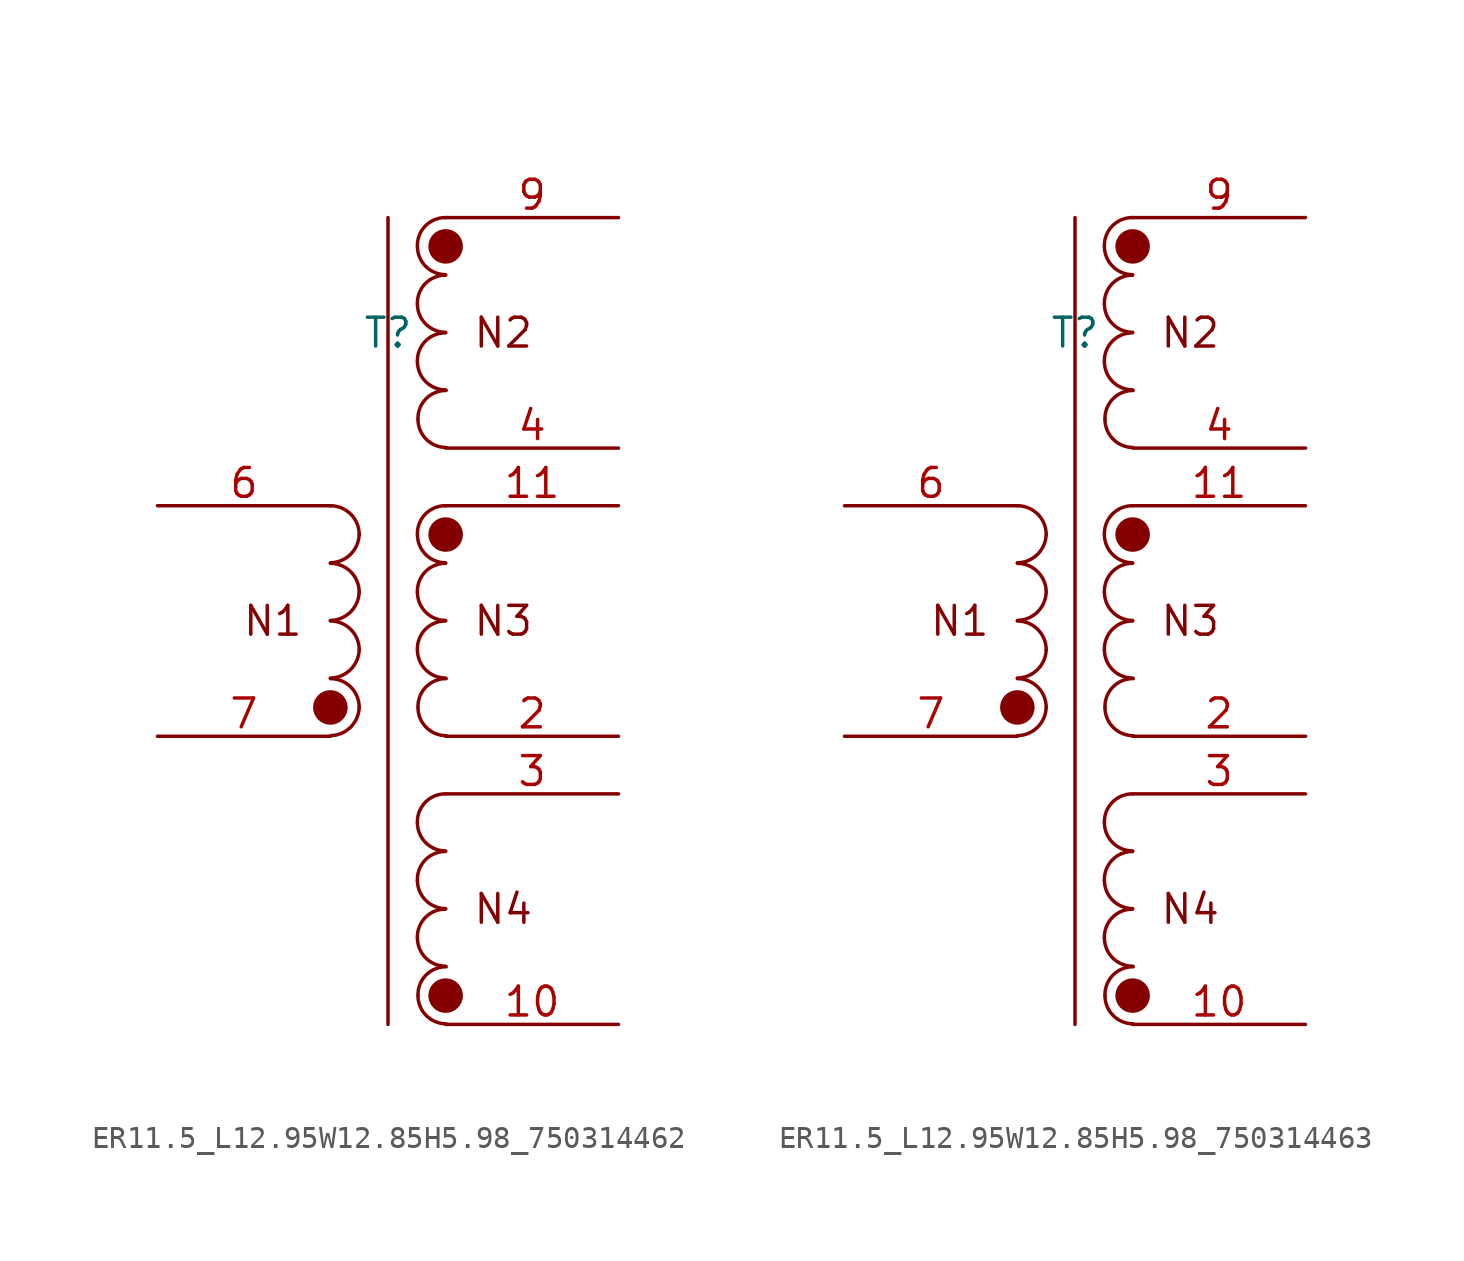
<source format=kicad_sym>
(kicad_symbol_lib
  (version 20220914)
  (generator kicad_symbol_editor)
  (symbol "ER11.5_L12.95W12.85H5.98_750314462"
    (pin_names hide)
    (property "Reference" "T"
      (at 0 12.7 0)
      (effects (font (size 1.27 1.27))))
    (symbol "ER11.5_L12.95W12.85H5.98_750314462_0_1"
      (arc (start -2.54 -5.0546) (mid -1.6561 -4.6863) (end -1.27 -3.81) (stroke (width 0) (type default)) (fill (type none)))
      (arc (start -2.54 -2.5146) (mid -1.6561 -2.1463) (end -1.27 -1.27) (stroke (width 0) (type default)) (fill (type none)))
      (arc (start -2.54 0.0254) (mid -1.6561 0.3937) (end -1.27 1.27) (stroke (width 0) (type default)) (fill (type none)))
      (arc (start -2.54 2.5654) (mid -1.6561 2.9337) (end -1.27 3.81) (stroke (width 0) (type default)) (fill (type none)))
      (arc (start -1.27 -3.81) (mid -1.642 -2.912) (end -2.54 -2.54) (stroke (width 0) (type default)) (fill (type none)))
      (arc (start -1.27 -1.27) (mid -1.642 -0.372) (end -2.54 0) (stroke (width 0) (type default)) (fill (type none)))
      (arc (start -1.27 1.27) (mid -1.642 2.168) (end -2.54 2.54) (stroke (width 0) (type default)) (fill (type none)))
      (arc (start -1.27 3.81) (mid -1.642 4.708) (end -2.54 5.08) (stroke (width 0) (type default)) (fill (type none)))
      (polyline (pts (xy 0 17.78) (xy 0 -17.78)) (stroke (width 0) (type default)) (fill (type none)))
      (arc (start 1.2954 -13.97) (mid 1.6599 -14.8501) (end 2.54 -15.2146) (stroke (width 0) (type default)) (fill (type none)))
      (arc (start 1.2954 -11.43) (mid 1.6599 -12.3101) (end 2.54 -12.6746) (stroke (width 0) (type default)) (fill (type none)))
      (arc (start 1.2954 -8.89) (mid 1.6599 -9.7701) (end 2.54 -10.1346) (stroke (width 0) (type default)) (fill (type none)))
      (arc (start 1.2954 -1.27) (mid 1.6599 -2.1501) (end 2.54 -2.5146) (stroke (width 0) (type default)) (fill (type none)))
      (arc (start 1.2954 1.27) (mid 1.6599 0.3899) (end 2.54 0.0254) (stroke (width 0) (type default)) (fill (type none)))
      (arc (start 1.2954 3.81) (mid 1.6599 2.9299) (end 2.54 2.5654) (stroke (width 0) (type default)) (fill (type none)))
      (arc (start 1.2954 11.43) (mid 1.6599 10.5499) (end 2.54 10.1854) (stroke (width 0) (type default)) (fill (type none)))
      (arc (start 1.2954 13.97) (mid 1.6599 13.0899) (end 2.54 12.7254) (stroke (width 0) (type default)) (fill (type none)))
      (arc (start 1.2954 16.51) (mid 1.6599 15.6299) (end 2.54 15.2654) (stroke (width 0) (type default)) (fill (type none)))
      (arc (start 1.3208 -16.51) (mid 1.6855 -17.3899) (end 2.5654 -17.7546) (stroke (width 0) (type default)) (fill (type none)))
      (arc (start 1.3208 -3.81) (mid 1.6855 -4.6899) (end 2.5654 -5.0546) (stroke (width 0) (type default)) (fill (type none)))
      (arc (start 1.3208 8.89) (mid 1.6855 8.0101) (end 2.5654 7.6454) (stroke (width 0) (type default)) (fill (type none)))
      (arc (start 2.54 -12.7) (mid 1.6458 -13.0685) (end 1.2954 -13.97) (stroke (width 0) (type default)) (fill (type none)))
      (arc (start 2.54 -10.16) (mid 1.6458 -10.5285) (end 1.2954 -11.43) (stroke (width 0) (type default)) (fill (type none)))
      (arc (start 2.54 -7.62) (mid 1.6458 -7.9885) (end 1.2954 -8.89) (stroke (width 0) (type default)) (fill (type none)))
      (arc (start 2.54 0) (mid 1.6458 -0.3685) (end 1.2954 -1.27) (stroke (width 0) (type default)) (fill (type none)))
      (arc (start 2.54 2.54) (mid 1.6458 2.1715) (end 1.2954 1.27) (stroke (width 0) (type default)) (fill (type none)))
      (arc (start 2.54 5.08) (mid 1.6458 4.7115) (end 1.2954 3.81) (stroke (width 0) (type default)) (fill (type none)))
      (arc (start 2.54 12.7) (mid 1.6458 12.3315) (end 1.2954 11.43) (stroke (width 0) (type default)) (fill (type none)))
      (arc (start 2.54 15.24) (mid 1.6458 14.8715) (end 1.2954 13.97) (stroke (width 0) (type default)) (fill (type none)))
      (arc (start 2.54 17.78) (mid 1.6458 17.4115) (end 1.2954 16.51) (stroke (width 0) (type default)) (fill (type none)))
      (arc (start 2.5654 -15.24) (mid 1.6709 -15.6083) (end 1.3208 -16.51) (stroke (width 0) (type default)) (fill (type none)))
      (arc (start 2.5654 -2.54) (mid 1.6709 -2.9083) (end 1.3208 -3.81) (stroke (width 0) (type default)) (fill (type none)))
      (arc (start 2.5654 10.16) (mid 1.6709 9.7917) (end 1.3208 8.89) (stroke (width 0) (type default)) (fill (type none))))
    (symbol "ER11.5_L12.95W12.85H5.98_750314462_1_1"
      (circle (center -2.54 -3.81) (radius 0.0001) (stroke (width 0.762) (type default)) (fill (type none)))
      (circle (center 2.54 -16.51) (radius 0.0001) (stroke (width 0.762) (type default)) (fill (type none)))
      (circle (center 2.54 3.81) (radius 0.0001) (stroke (width 0.762) (type default)) (fill (type none)))
      (circle (center 2.54 16.51) (radius 0.0001) (stroke (width 0.762) (type default)) (fill (type none)))
      (text "N1" (at -5.08 0 0) (effects (font (size 1.27 1.27))))
      (text "N2" (at 5.08 12.7 0) (effects (font (size 1.27 1.27))))
      (text "N3" (at 5.08 0 0) (effects (font (size 1.27 1.27))))
      (text "N4" (at 5.08 -12.7 0) (effects (font (size 1.27 1.27))))
      (pin passive line (at 10.16 -17.78 180) (length 7.62) (name "10" (effects (font (size 1.27 1.27)))) (number "10" (effects (font (size 1.27 1.27)))))
      (pin passive line (at 10.16 5.08 180) (length 7.62) (name "11" (effects (font (size 1.27 1.27)))) (number "11" (effects (font (size 1.27 1.27)))))
      (pin passive line (at 10.16 -5.08 180) (length 7.62) (name "2" (effects (font (size 1.27 1.27)))) (number "2" (effects (font (size 1.27 1.27)))))
      (pin passive line (at 10.16 -7.62 180) (length 7.62) (name "3" (effects (font (size 1.27 1.27)))) (number "3" (effects (font (size 1.27 1.27)))))
      (pin passive line (at 10.16 7.62 180) (length 7.62) (name "4" (effects (font (size 1.27 1.27)))) (number "4" (effects (font (size 1.27 1.27)))))
      (pin passive line (at -10.16 5.08 0) (length 7.62) (name "6" (effects (font (size 1.27 1.27)))) (number "6" (effects (font (size 1.27 1.27)))))
      (pin passive line (at -10.16 -5.08 0) (length 7.62) (name "7" (effects (font (size 1.27 1.27)))) (number "7" (effects (font (size 1.27 1.27)))))
      (pin passive line (at 10.16 17.78 180) (length 7.62) (name "9" (effects (font (size 1.27 1.27)))) (number "9" (effects (font (size 1.27 1.27)))))))
  (symbol "ER11.5_L12.95W12.85H5.98_750314463"
    (pin_names hide)
    (property "Reference" "T"
      (at 0 12.7 0)
      (effects (font (size 1.27 1.27))))
    (symbol "ER11.5_L12.95W12.85H5.98_750314463_0_1"
      (arc (start -2.54 -5.0546) (mid -1.6561 -4.6863) (end -1.27 -3.81) (stroke (width 0) (type default)) (fill (type none)))
      (arc (start -2.54 -2.5146) (mid -1.6561 -2.1463) (end -1.27 -1.27) (stroke (width 0) (type default)) (fill (type none)))
      (arc (start -2.54 0.0254) (mid -1.6561 0.3937) (end -1.27 1.27) (stroke (width 0) (type default)) (fill (type none)))
      (arc (start -2.54 2.5654) (mid -1.6561 2.9337) (end -1.27 3.81) (stroke (width 0) (type default)) (fill (type none)))
      (arc (start -1.27 -3.81) (mid -1.642 -2.912) (end -2.54 -2.54) (stroke (width 0) (type default)) (fill (type none)))
      (arc (start -1.27 -1.27) (mid -1.642 -0.372) (end -2.54 0) (stroke (width 0) (type default)) (fill (type none)))
      (arc (start -1.27 1.27) (mid -1.642 2.168) (end -2.54 2.54) (stroke (width 0) (type default)) (fill (type none)))
      (arc (start -1.27 3.81) (mid -1.642 4.708) (end -2.54 5.08) (stroke (width 0) (type default)) (fill (type none)))
      (polyline (pts (xy 0 17.78) (xy 0 -17.78)) (stroke (width 0) (type default)) (fill (type none)))
      (arc (start 1.2954 -13.97) (mid 1.6599 -14.8501) (end 2.54 -15.2146) (stroke (width 0) (type default)) (fill (type none)))
      (arc (start 1.2954 -11.43) (mid 1.6599 -12.3101) (end 2.54 -12.6746) (stroke (width 0) (type default)) (fill (type none)))
      (arc (start 1.2954 -8.89) (mid 1.6599 -9.7701) (end 2.54 -10.1346) (stroke (width 0) (type default)) (fill (type none)))
      (arc (start 1.2954 -1.27) (mid 1.6599 -2.1501) (end 2.54 -2.5146) (stroke (width 0) (type default)) (fill (type none)))
      (arc (start 1.2954 1.27) (mid 1.6599 0.3899) (end 2.54 0.0254) (stroke (width 0) (type default)) (fill (type none)))
      (arc (start 1.2954 3.81) (mid 1.6599 2.9299) (end 2.54 2.5654) (stroke (width 0) (type default)) (fill (type none)))
      (arc (start 1.2954 11.43) (mid 1.6599 10.5499) (end 2.54 10.1854) (stroke (width 0) (type default)) (fill (type none)))
      (arc (start 1.2954 13.97) (mid 1.6599 13.0899) (end 2.54 12.7254) (stroke (width 0) (type default)) (fill (type none)))
      (arc (start 1.2954 16.51) (mid 1.6599 15.6299) (end 2.54 15.2654) (stroke (width 0) (type default)) (fill (type none)))
      (arc (start 1.3208 -16.51) (mid 1.6855 -17.3899) (end 2.5654 -17.7546) (stroke (width 0) (type default)) (fill (type none)))
      (arc (start 1.3208 -3.81) (mid 1.6855 -4.6899) (end 2.5654 -5.0546) (stroke (width 0) (type default)) (fill (type none)))
      (arc (start 1.3208 8.89) (mid 1.6855 8.0101) (end 2.5654 7.6454) (stroke (width 0) (type default)) (fill (type none)))
      (arc (start 2.54 -12.7) (mid 1.6458 -13.0685) (end 1.2954 -13.97) (stroke (width 0) (type default)) (fill (type none)))
      (arc (start 2.54 -10.16) (mid 1.6458 -10.5285) (end 1.2954 -11.43) (stroke (width 0) (type default)) (fill (type none)))
      (arc (start 2.54 -7.62) (mid 1.6458 -7.9885) (end 1.2954 -8.89) (stroke (width 0) (type default)) (fill (type none)))
      (arc (start 2.54 0) (mid 1.6458 -0.3685) (end 1.2954 -1.27) (stroke (width 0) (type default)) (fill (type none)))
      (arc (start 2.54 2.54) (mid 1.6458 2.1715) (end 1.2954 1.27) (stroke (width 0) (type default)) (fill (type none)))
      (arc (start 2.54 5.08) (mid 1.6458 4.7115) (end 1.2954 3.81) (stroke (width 0) (type default)) (fill (type none)))
      (arc (start 2.54 12.7) (mid 1.6458 12.3315) (end 1.2954 11.43) (stroke (width 0) (type default)) (fill (type none)))
      (arc (start 2.54 15.24) (mid 1.6458 14.8715) (end 1.2954 13.97) (stroke (width 0) (type default)) (fill (type none)))
      (arc (start 2.54 17.78) (mid 1.6458 17.4115) (end 1.2954 16.51) (stroke (width 0) (type default)) (fill (type none)))
      (arc (start 2.5654 -15.24) (mid 1.6709 -15.6083) (end 1.3208 -16.51) (stroke (width 0) (type default)) (fill (type none)))
      (arc (start 2.5654 -2.54) (mid 1.6709 -2.9083) (end 1.3208 -3.81) (stroke (width 0) (type default)) (fill (type none)))
      (arc (start 2.5654 10.16) (mid 1.6709 9.7917) (end 1.3208 8.89) (stroke (width 0) (type default)) (fill (type none))))
    (symbol "ER11.5_L12.95W12.85H5.98_750314463_1_1"
      (circle (center -2.54 -3.81) (radius 0.0001) (stroke (width 0.762) (type default)) (fill (type none)))
      (circle (center 2.54 -16.51) (radius 0.0001) (stroke (width 0.762) (type default)) (fill (type none)))
      (circle (center 2.54 3.81) (radius 0.0001) (stroke (width 0.762) (type default)) (fill (type none)))
      (circle (center 2.54 16.51) (radius 0.0001) (stroke (width 0.762) (type default)) (fill (type none)))
      (text "N1" (at -5.08 0 0) (effects (font (size 1.27 1.27))))
      (text "N2" (at 5.08 12.7 0) (effects (font (size 1.27 1.27))))
      (text "N3" (at 5.08 0 0) (effects (font (size 1.27 1.27))))
      (text "N4" (at 5.08 -12.7 0) (effects (font (size 1.27 1.27))))
      (pin passive line (at 10.16 -17.78 180) (length 7.62) (name "10" (effects (font (size 1.27 1.27)))) (number "10" (effects (font (size 1.27 1.27)))))
      (pin passive line (at 10.16 5.08 180) (length 7.62) (name "11" (effects (font (size 1.27 1.27)))) (number "11" (effects (font (size 1.27 1.27)))))
      (pin passive line (at 10.16 -5.08 180) (length 7.62) (name "2" (effects (font (size 1.27 1.27)))) (number "2" (effects (font (size 1.27 1.27)))))
      (pin passive line (at 10.16 -7.62 180) (length 7.62) (name "3" (effects (font (size 1.27 1.27)))) (number "3" (effects (font (size 1.27 1.27)))))
      (pin passive line (at 10.16 7.62 180) (length 7.62) (name "4" (effects (font (size 1.27 1.27)))) (number "4" (effects (font (size 1.27 1.27)))))
      (pin passive line (at -10.16 5.08 0) (length 7.62) (name "6" (effects (font (size 1.27 1.27)))) (number "6" (effects (font (size 1.27 1.27)))))
      (pin passive line (at -10.16 -5.08 0) (length 7.62) (name "7" (effects (font (size 1.27 1.27)))) (number "7" (effects (font (size 1.27 1.27)))))
      (pin passive line (at 10.16 17.78 180) (length 7.62) (name "9" (effects (font (size 1.27 1.27)))) (number "9" (effects (font (size 1.27 1.27))))))))
</source>
